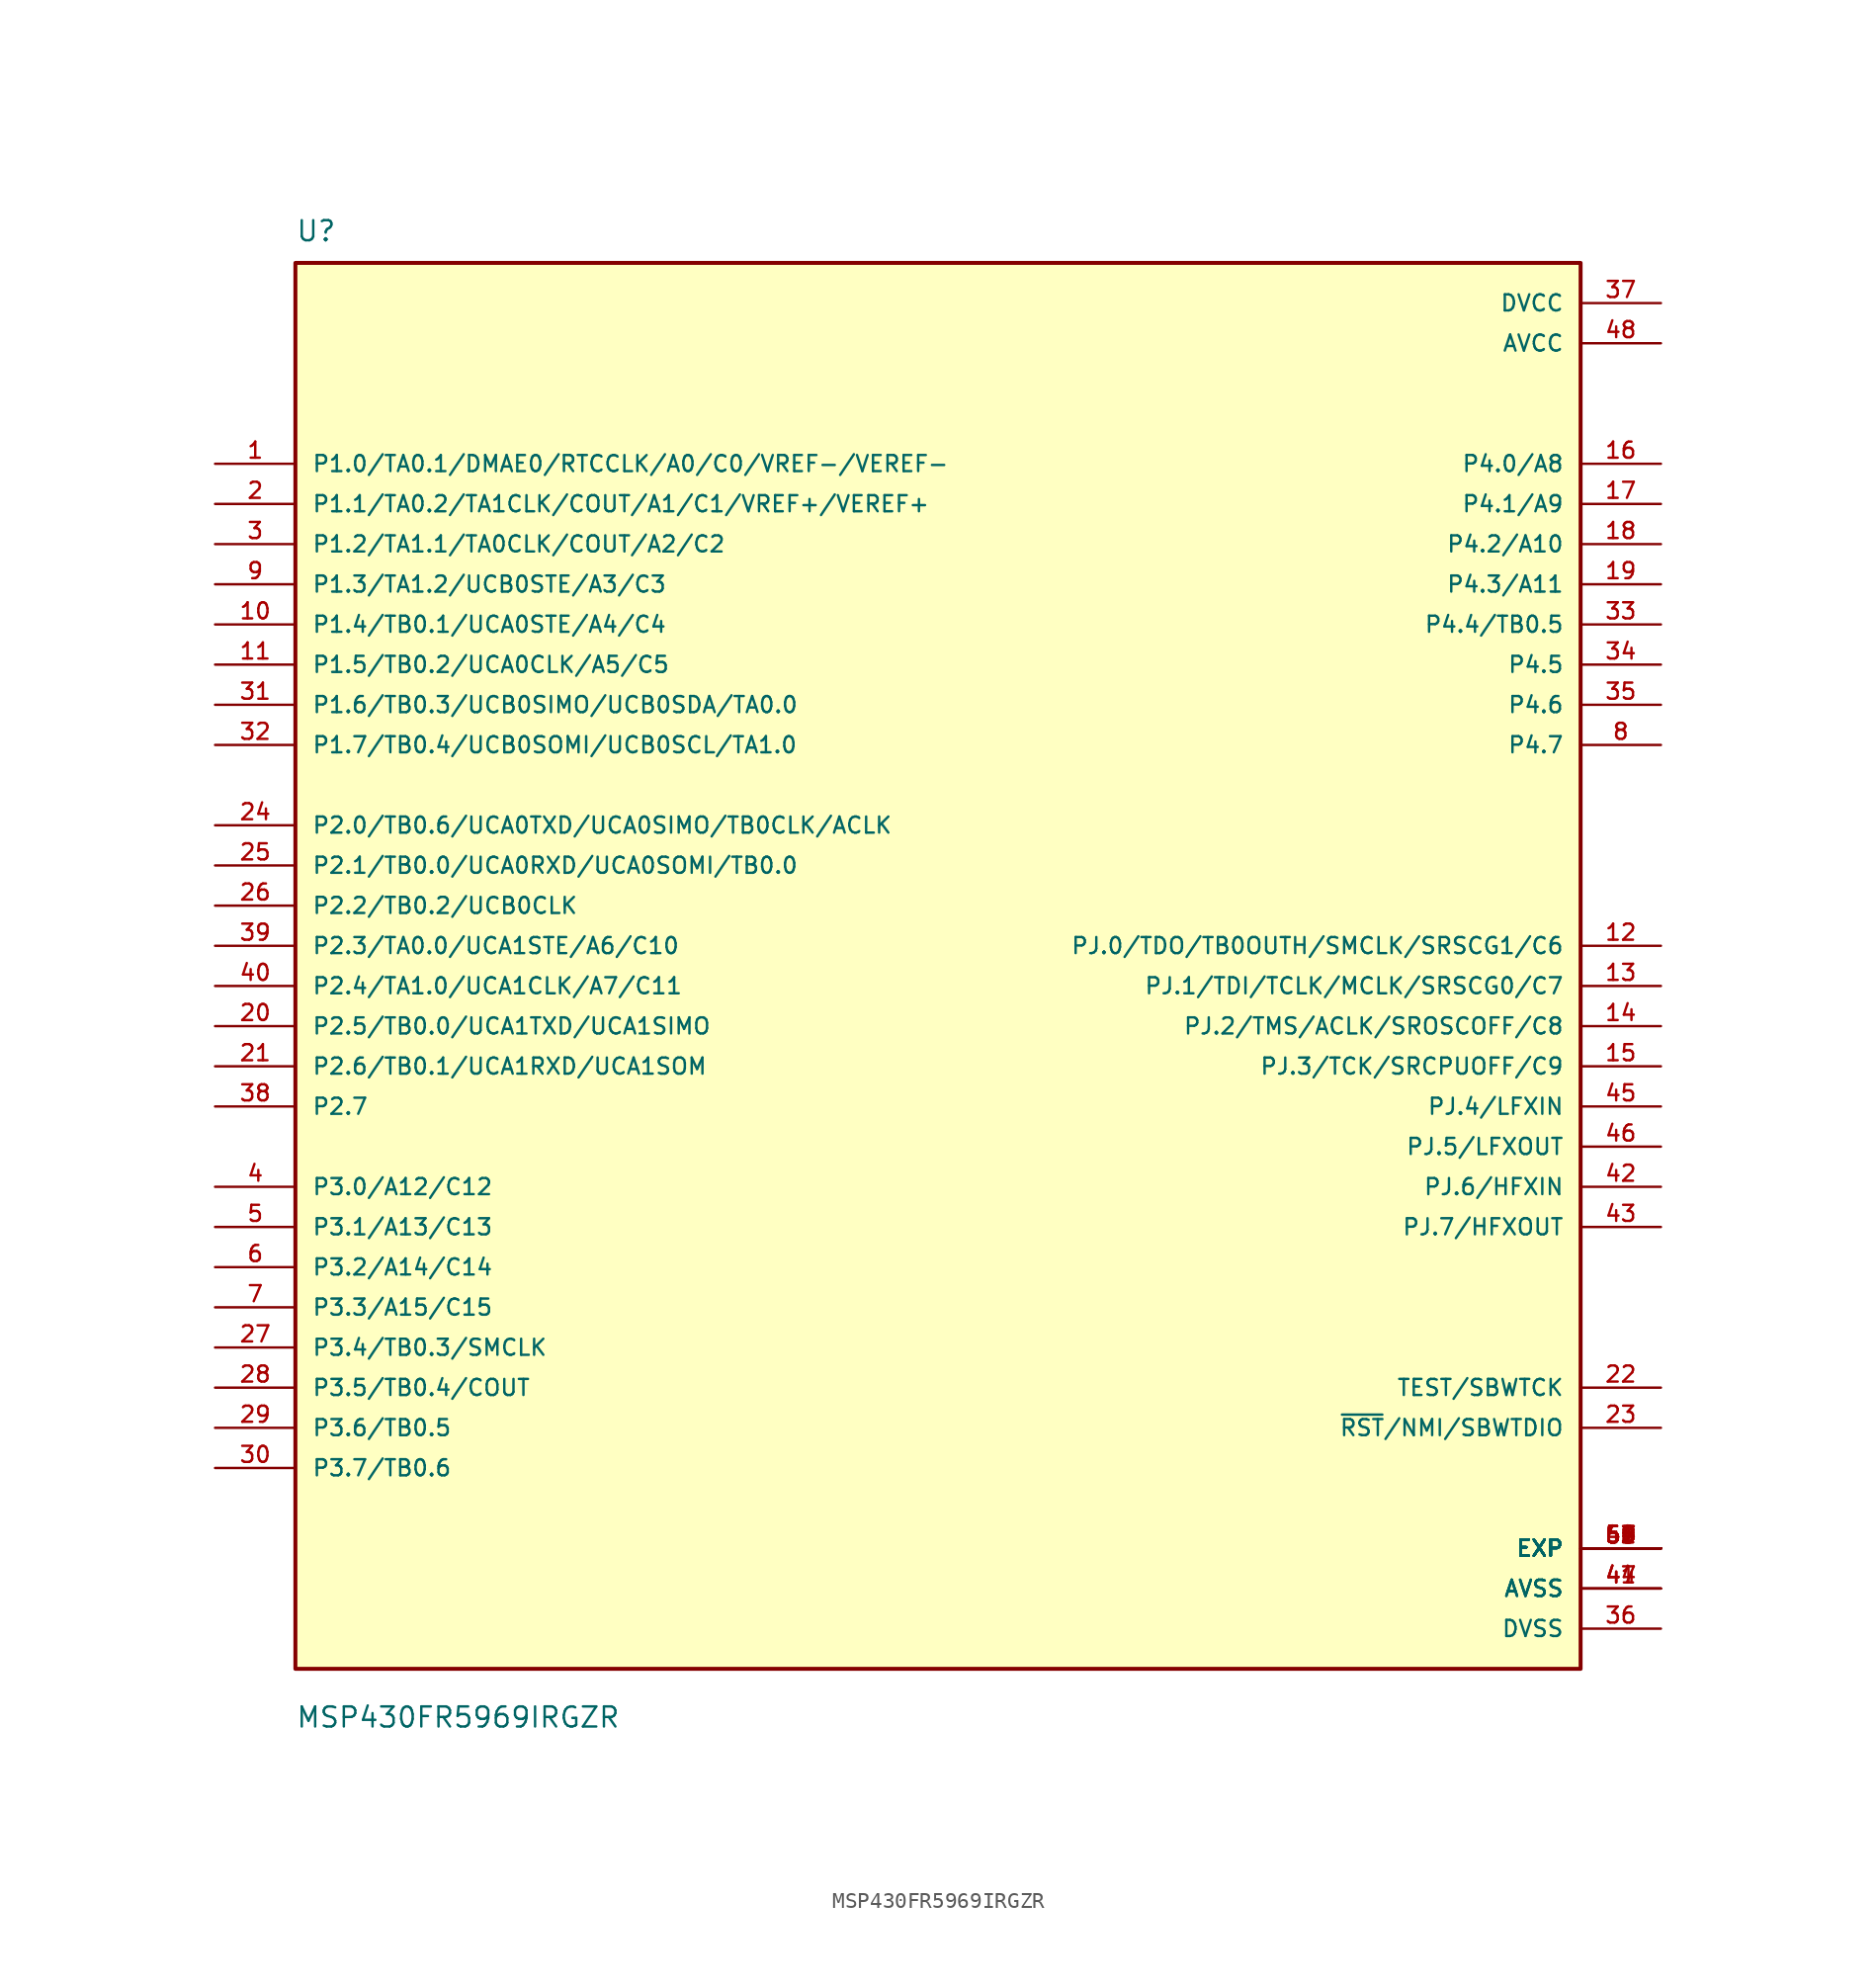
<source format=kicad_sym>
(kicad_symbol_lib
  (version 20211014)
  (generator kicad_symbol_editor)
  (symbol "MSP430FR5969IRGZR"
    (pin_names
      (offset 1.016))
    (property "Reference" "U"
      (at -40.64 46.99 0)
      (effects (font (size 1.27 1.27)) (justify bottom left)))
    (property "Value" "MSP430FR5969IRGZR"
      (at -40.64 -46.99 0)
      (effects (font (size 1.27 1.27)) (justify bottom left)))
    (symbol "MSP430FR5969IRGZR_0_0"
      (rectangle (start -40.64 -43.18) (end 40.64 45.72) (stroke (width 0.25)) (fill (type background)))
      (pin bidirectional line (at -45.72 33.02 0) (length 5.08) (name "P1.0/TA0.1/DMAE0/RTCCLK/A0/C0/VREF-/VEREF-" (effects (font (size 1.016 1.016)))) (number "1" (effects (font (size 1.016 1.016)))))
      (pin bidirectional line (at -45.72 30.48 0) (length 5.08) (name "P1.1/TA0.2/TA1CLK/COUT/A1/C1/VREF+/VEREF+" (effects (font (size 1.016 1.016)))) (number "2" (effects (font (size 1.016 1.016)))))
      (pin bidirectional line (at -45.72 27.94 0) (length 5.08) (name "P1.2/TA1.1/TA0CLK/COUT/A2/C2" (effects (font (size 1.016 1.016)))) (number "3" (effects (font (size 1.016 1.016)))))
      (pin bidirectional line (at -45.72 -12.7 0) (length 5.08) (name "P3.0/A12/C12" (effects (font (size 1.016 1.016)))) (number "4" (effects (font (size 1.016 1.016)))))
      (pin bidirectional line (at -45.72 -15.24 0) (length 5.08) (name "P3.1/A13/C13" (effects (font (size 1.016 1.016)))) (number "5" (effects (font (size 1.016 1.016)))))
      (pin bidirectional line (at -45.72 -17.78 0) (length 5.08) (name "P3.2/A14/C14" (effects (font (size 1.016 1.016)))) (number "6" (effects (font (size 1.016 1.016)))))
      (pin bidirectional line (at -45.72 -20.32 0) (length 5.08) (name "P3.3/A15/C15" (effects (font (size 1.016 1.016)))) (number "7" (effects (font (size 1.016 1.016)))))
      (pin bidirectional line (at 45.72 15.24 180.0) (length 5.08) (name "P4.7" (effects (font (size 1.016 1.016)))) (number "8" (effects (font (size 1.016 1.016)))))
      (pin bidirectional line (at -45.72 25.4 0) (length 5.08) (name "P1.3/TA1.2/UCB0STE/A3/C3" (effects (font (size 1.016 1.016)))) (number "9" (effects (font (size 1.016 1.016)))))
      (pin bidirectional line (at -45.72 22.86 0) (length 5.08) (name "P1.4/TB0.1/UCA0STE/A4/C4" (effects (font (size 1.016 1.016)))) (number "10" (effects (font (size 1.016 1.016)))))
      (pin bidirectional line (at -45.72 20.32 0) (length 5.08) (name "P1.5/TB0.2/UCA0CLK/A5/C5" (effects (font (size 1.016 1.016)))) (number "11" (effects (font (size 1.016 1.016)))))
      (pin bidirectional line (at 45.72 2.54 180.0) (length 5.08) (name "PJ.0/TDO/TB0OUTH/SMCLK/SRSCG1/C6" (effects (font (size 1.016 1.016)))) (number "12" (effects (font (size 1.016 1.016)))))
      (pin bidirectional line (at 45.72 0.0 180.0) (length 5.08) (name "PJ.1/TDI/TCLK/MCLK/SRSCG0/C7" (effects (font (size 1.016 1.016)))) (number "13" (effects (font (size 1.016 1.016)))))
      (pin bidirectional line (at 45.72 -2.54 180.0) (length 5.08) (name "PJ.2/TMS/ACLK/SROSCOFF/C8" (effects (font (size 1.016 1.016)))) (number "14" (effects (font (size 1.016 1.016)))))
      (pin bidirectional line (at 45.72 -5.08 180.0) (length 5.08) (name "PJ.3/TCK/SRCPUOFF/C9" (effects (font (size 1.016 1.016)))) (number "15" (effects (font (size 1.016 1.016)))))
      (pin bidirectional line (at 45.72 33.02 180.0) (length 5.08) (name "P4.0/A8" (effects (font (size 1.016 1.016)))) (number "16" (effects (font (size 1.016 1.016)))))
      (pin bidirectional line (at 45.72 30.48 180.0) (length 5.08) (name "P4.1/A9" (effects (font (size 1.016 1.016)))) (number "17" (effects (font (size 1.016 1.016)))))
      (pin bidirectional line (at 45.72 27.94 180.0) (length 5.08) (name "P4.2/A10" (effects (font (size 1.016 1.016)))) (number "18" (effects (font (size 1.016 1.016)))))
      (pin bidirectional line (at 45.72 25.4 180.0) (length 5.08) (name "P4.3/A11" (effects (font (size 1.016 1.016)))) (number "19" (effects (font (size 1.016 1.016)))))
      (pin bidirectional line (at -45.72 -2.54 0) (length 5.08) (name "P2.5/TB0.0/UCA1TXD/UCA1SIMO" (effects (font (size 1.016 1.016)))) (number "20" (effects (font (size 1.016 1.016)))))
      (pin bidirectional line (at -45.72 -5.08 0) (length 5.08) (name "P2.6/TB0.1/UCA1RXD/UCA1SOM" (effects (font (size 1.016 1.016)))) (number "21" (effects (font (size 1.016 1.016)))))
      (pin input line (at 45.72 -25.4 180.0) (length 5.08) (name "TEST/SBWTCK" (effects (font (size 1.016 1.016)))) (number "22" (effects (font (size 1.016 1.016)))))
      (pin bidirectional line (at 45.72 -27.94 180.0) (length 5.08) (name "~{RST}/NMI/SBWTDIO" (effects (font (size 1.016 1.016)))) (number "23" (effects (font (size 1.016 1.016)))))
      (pin bidirectional line (at -45.72 10.16 0) (length 5.08) (name "P2.0/TB0.6/UCA0TXD/UCA0SIMO/TB0CLK/ACLK" (effects (font (size 1.016 1.016)))) (number "24" (effects (font (size 1.016 1.016)))))
      (pin bidirectional line (at -45.72 7.62 0) (length 5.08) (name "P2.1/TB0.0/UCA0RXD/UCA0SOMI/TB0.0" (effects (font (size 1.016 1.016)))) (number "25" (effects (font (size 1.016 1.016)))))
      (pin bidirectional line (at -45.72 5.08 0) (length 5.08) (name "P2.2/TB0.2/UCB0CLK" (effects (font (size 1.016 1.016)))) (number "26" (effects (font (size 1.016 1.016)))))
      (pin bidirectional line (at -45.72 -22.86 0) (length 5.08) (name "P3.4/TB0.3/SMCLK" (effects (font (size 1.016 1.016)))) (number "27" (effects (font (size 1.016 1.016)))))
      (pin bidirectional line (at -45.72 -25.4 0) (length 5.08) (name "P3.5/TB0.4/COUT" (effects (font (size 1.016 1.016)))) (number "28" (effects (font (size 1.016 1.016)))))
      (pin bidirectional line (at -45.72 -27.94 0) (length 5.08) (name "P3.6/TB0.5" (effects (font (size 1.016 1.016)))) (number "29" (effects (font (size 1.016 1.016)))))
      (pin bidirectional line (at -45.72 -30.48 0) (length 5.08) (name "P3.7/TB0.6" (effects (font (size 1.016 1.016)))) (number "30" (effects (font (size 1.016 1.016)))))
      (pin bidirectional line (at -45.72 17.78 0) (length 5.08) (name "P1.6/TB0.3/UCB0SIMO/UCB0SDA/TA0.0" (effects (font (size 1.016 1.016)))) (number "31" (effects (font (size 1.016 1.016)))))
      (pin bidirectional line (at -45.72 15.24 0) (length 5.08) (name "P1.7/TB0.4/UCB0SOMI/UCB0SCL/TA1.0" (effects (font (size 1.016 1.016)))) (number "32" (effects (font (size 1.016 1.016)))))
      (pin bidirectional line (at 45.72 22.86 180.0) (length 5.08) (name "P4.4/TB0.5" (effects (font (size 1.016 1.016)))) (number "33" (effects (font (size 1.016 1.016)))))
      (pin bidirectional line (at 45.72 20.32 180.0) (length 5.08) (name "P4.5" (effects (font (size 1.016 1.016)))) (number "34" (effects (font (size 1.016 1.016)))))
      (pin bidirectional line (at 45.72 17.78 180.0) (length 5.08) (name "P4.6" (effects (font (size 1.016 1.016)))) (number "35" (effects (font (size 1.016 1.016)))))
      (pin power_in line (at 45.72 -40.64 180.0) (length 5.08) (name "DVSS" (effects (font (size 1.016 1.016)))) (number "36" (effects (font (size 1.016 1.016)))))
      (pin power_in line (at 45.72 43.18 180.0) (length 5.08) (name "DVCC" (effects (font (size 1.016 1.016)))) (number "37" (effects (font (size 1.016 1.016)))))
      (pin bidirectional line (at -45.72 -7.62 0) (length 5.08) (name "P2.7" (effects (font (size 1.016 1.016)))) (number "38" (effects (font (size 1.016 1.016)))))
      (pin bidirectional line (at -45.72 2.54 0) (length 5.08) (name "P2.3/TA0.0/UCA1STE/A6/C10" (effects (font (size 1.016 1.016)))) (number "39" (effects (font (size 1.016 1.016)))))
      (pin bidirectional line (at -45.72 0.0 0) (length 5.08) (name "P2.4/TA1.0/UCA1CLK/A7/C11" (effects (font (size 1.016 1.016)))) (number "40" (effects (font (size 1.016 1.016)))))
      (pin power_in line (at 45.72 -38.1 180.0) (length 5.08) (name "AVSS" (effects (font (size 1.016 1.016)))) (number "41" (effects (font (size 1.016 1.016)))))
      (pin power_in line (at 45.72 -38.1 180.0) (length 5.08) (name "AVSS" (effects (font (size 1.016 1.016)))) (number "44" (effects (font (size 1.016 1.016)))))
      (pin power_in line (at 45.72 -38.1 180.0) (length 5.08) (name "AVSS" (effects (font (size 1.016 1.016)))) (number "47" (effects (font (size 1.016 1.016)))))
      (pin bidirectional line (at 45.72 -12.7 180.0) (length 5.08) (name "PJ.6/HFXIN" (effects (font (size 1.016 1.016)))) (number "42" (effects (font (size 1.016 1.016)))))
      (pin bidirectional line (at 45.72 -15.24 180.0) (length 5.08) (name "PJ.7/HFXOUT" (effects (font (size 1.016 1.016)))) (number "43" (effects (font (size 1.016 1.016)))))
      (pin bidirectional line (at 45.72 -7.62 180.0) (length 5.08) (name "PJ.4/LFXIN" (effects (font (size 1.016 1.016)))) (number "45" (effects (font (size 1.016 1.016)))))
      (pin bidirectional line (at 45.72 -10.16 180.0) (length 5.08) (name "PJ.5/LFXOUT" (effects (font (size 1.016 1.016)))) (number "46" (effects (font (size 1.016 1.016)))))
      (pin power_in line (at 45.72 40.64 180.0) (length 5.08) (name "AVCC" (effects (font (size 1.016 1.016)))) (number "48" (effects (font (size 1.016 1.016)))))
      (pin passive line (at 45.72 -35.56 180.0) (length 5.08) (name "EXP" (effects (font (size 1.016 1.016)))) (number "49" (effects (font (size 1.016 1.016)))))
      (pin passive line (at 45.72 -35.56 180.0) (length 5.08) (name "EXP" (effects (font (size 1.016 1.016)))) (number "50" (effects (font (size 1.016 1.016)))))
      (pin passive line (at 45.72 -35.56 180.0) (length 5.08) (name "EXP" (effects (font (size 1.016 1.016)))) (number "51" (effects (font (size 1.016 1.016)))))
      (pin passive line (at 45.72 -35.56 180.0) (length 5.08) (name "EXP" (effects (font (size 1.016 1.016)))) (number "52" (effects (font (size 1.016 1.016)))))
      (pin passive line (at 45.72 -35.56 180.0) (length 5.08) (name "EXP" (effects (font (size 1.016 1.016)))) (number "53" (effects (font (size 1.016 1.016)))))
      (pin passive line (at 45.72 -35.56 180.0) (length 5.08) (name "EXP" (effects (font (size 1.016 1.016)))) (number "54" (effects (font (size 1.016 1.016)))))
      (pin passive line (at 45.72 -35.56 180.0) (length 5.08) (name "EXP" (effects (font (size 1.016 1.016)))) (number "55" (effects (font (size 1.016 1.016)))))
      (pin passive line (at 45.72 -35.56 180.0) (length 5.08) (name "EXP" (effects (font (size 1.016 1.016)))) (number "56" (effects (font (size 1.016 1.016)))))
      (pin passive line (at 45.72 -35.56 180.0) (length 5.08) (name "EXP" (effects (font (size 1.016 1.016)))) (number "57" (effects (font (size 1.016 1.016)))))
      (pin passive line (at 45.72 -35.56 180.0) (length 5.08) (name "EXP" (effects (font (size 1.016 1.016)))) (number "58" (effects (font (size 1.016 1.016)))))
      (pin passive line (at 45.72 -35.56 180.0) (length 5.08) (name "EXP" (effects (font (size 1.016 1.016)))) (number "59" (effects (font (size 1.016 1.016)))))
      (pin passive line (at 45.72 -35.56 180.0) (length 5.08) (name "EXP" (effects (font (size 1.016 1.016)))) (number "60" (effects (font (size 1.016 1.016)))))
      (pin passive line (at 45.72 -35.56 180.0) (length 5.08) (name "EXP" (effects (font (size 1.016 1.016)))) (number "61" (effects (font (size 1.016 1.016))))))))
</source>
